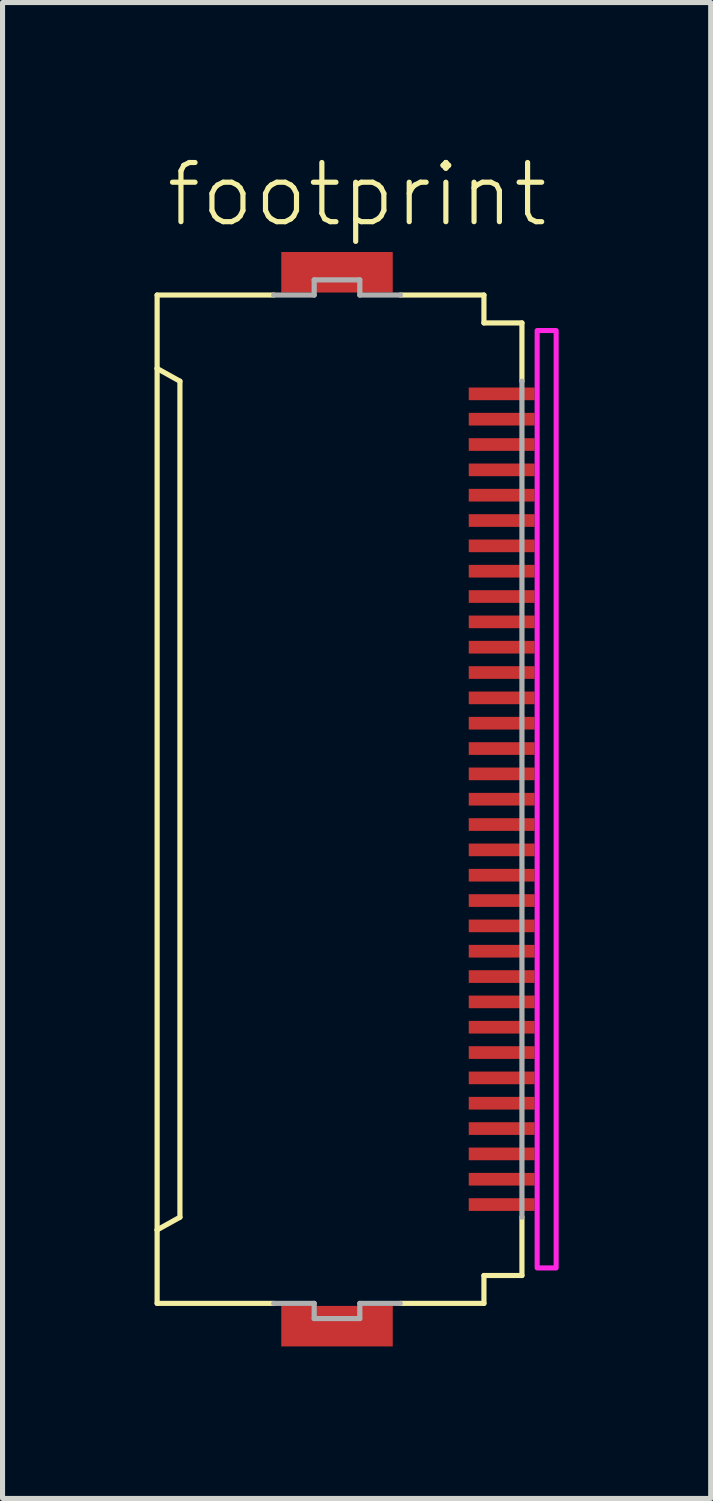
<source format=kicad_pcb>
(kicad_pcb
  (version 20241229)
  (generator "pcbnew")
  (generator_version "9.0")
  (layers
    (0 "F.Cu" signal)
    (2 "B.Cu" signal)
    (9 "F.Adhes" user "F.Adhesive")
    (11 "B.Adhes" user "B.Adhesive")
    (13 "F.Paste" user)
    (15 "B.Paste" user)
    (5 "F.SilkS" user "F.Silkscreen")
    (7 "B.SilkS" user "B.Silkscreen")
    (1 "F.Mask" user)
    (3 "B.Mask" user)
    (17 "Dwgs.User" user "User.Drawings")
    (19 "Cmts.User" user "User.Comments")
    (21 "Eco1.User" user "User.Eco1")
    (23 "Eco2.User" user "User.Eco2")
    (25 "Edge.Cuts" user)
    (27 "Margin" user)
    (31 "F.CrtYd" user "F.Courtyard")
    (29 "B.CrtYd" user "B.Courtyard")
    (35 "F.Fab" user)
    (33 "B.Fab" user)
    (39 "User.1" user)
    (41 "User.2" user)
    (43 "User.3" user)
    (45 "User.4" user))
  (footprint "footprint"
    (layer "F.Cu")
    (at 3.676 12.723)
    (property "Reference" "footprint" (at -3.5 -11.25 0) (layer "F.SilkS") (effects (font (size 1.168 1.168) (thickness 0.102)) (justify left bottom)))
    (fp_poly (pts (xy 2.475 -7.825) (xy 3.875 -7.825) (xy 3.875 -8.175) (xy 2.475 -8.175)) (stroke (width 0) (type solid)) (fill yes) (layer "F.Mask"))
    (fp_poly (pts (xy 2.475 -7.325) (xy 3.875 -7.325) (xy 3.875 -7.675) (xy 2.475 -7.675)) (stroke (width 0) (type solid)) (fill yes) (layer "F.Mask"))
    (fp_poly (pts (xy 2.475 -6.825) (xy 3.875 -6.825) (xy 3.875 -7.175) (xy 2.475 -7.175)) (stroke (width 0) (type solid)) (fill yes) (layer "F.Mask"))
    (fp_poly (pts (xy 2.475 -6.325) (xy 3.875 -6.325) (xy 3.875 -6.675) (xy 2.475 -6.675)) (stroke (width 0) (type solid)) (fill yes) (layer "F.Mask"))
    (fp_poly (pts (xy 2.475 -5.825) (xy 3.875 -5.825) (xy 3.875 -6.175) (xy 2.475 -6.175)) (stroke (width 0) (type solid)) (fill yes) (layer "F.Mask"))
    (fp_poly (pts (xy 2.475 -5.325) (xy 3.875 -5.325) (xy 3.875 -5.675) (xy 2.475 -5.675)) (stroke (width 0) (type solid)) (fill yes) (layer "F.Mask"))
    (fp_poly (pts (xy 2.475 -4.825) (xy 3.875 -4.825) (xy 3.875 -5.175) (xy 2.475 -5.175)) (stroke (width 0) (type solid)) (fill yes) (layer "F.Mask"))
    (fp_poly (pts (xy 2.475 -4.325) (xy 3.875 -4.325) (xy 3.875 -4.675) (xy 2.475 -4.675)) (stroke (width 0) (type solid)) (fill yes) (layer "F.Mask"))
    (fp_poly (pts (xy 2.475 -3.825) (xy 3.875 -3.825) (xy 3.875 -4.175) (xy 2.475 -4.175)) (stroke (width 0) (type solid)) (fill yes) (layer "F.Mask"))
    (fp_poly (pts (xy 2.475 -3.325) (xy 3.875 -3.325) (xy 3.875 -3.675) (xy 2.475 -3.675)) (stroke (width 0) (type solid)) (fill yes) (layer "F.Mask"))
    (fp_poly (pts (xy 2.475 -2.825) (xy 3.875 -2.825) (xy 3.875 -3.175) (xy 2.475 -3.175)) (stroke (width 0) (type solid)) (fill yes) (layer "F.Mask"))
    (fp_poly (pts (xy 2.475 -2.325) (xy 3.875 -2.325) (xy 3.875 -2.675) (xy 2.475 -2.675)) (stroke (width 0) (type solid)) (fill yes) (layer "F.Mask"))
    (fp_poly (pts (xy 2.475 -1.825) (xy 3.875 -1.825) (xy 3.875 -2.175) (xy 2.475 -2.175)) (stroke (width 0) (type solid)) (fill yes) (layer "F.Mask"))
    (fp_poly (pts (xy 2.475 -1.325) (xy 3.875 -1.325) (xy 3.875 -1.675) (xy 2.475 -1.675)) (stroke (width 0) (type solid)) (fill yes) (layer "F.Mask"))
    (fp_poly (pts (xy 2.475 -0.825) (xy 3.875 -0.825) (xy 3.875 -1.175) (xy 2.475 -1.175)) (stroke (width 0) (type solid)) (fill yes) (layer "F.Mask"))
    (fp_poly (pts (xy 2.475 -0.325) (xy 3.875 -0.325) (xy 3.875 -0.675) (xy 2.475 -0.675)) (stroke (width 0) (type solid)) (fill yes) (layer "F.Mask"))
    (fp_poly (pts (xy 2.475 0.175) (xy 3.875 0.175) (xy 3.875 -0.175) (xy 2.475 -0.175)) (stroke (width 0) (type solid)) (fill yes) (layer "F.Mask"))
    (fp_poly (pts (xy 2.475 0.675) (xy 3.875 0.675) (xy 3.875 0.325) (xy 2.475 0.325)) (stroke (width 0) (type solid)) (fill yes) (layer "F.Mask"))
    (fp_poly (pts (xy 2.475 1.175) (xy 3.875 1.175) (xy 3.875 0.825) (xy 2.475 0.825)) (stroke (width 0) (type solid)) (fill yes) (layer "F.Mask"))
    (fp_poly (pts (xy 2.475 1.675) (xy 3.875 1.675) (xy 3.875 1.325) (xy 2.475 1.325)) (stroke (width 0) (type solid)) (fill yes) (layer "F.Mask"))
    (fp_poly (pts (xy 2.475 2.175) (xy 3.875 2.175) (xy 3.875 1.825) (xy 2.475 1.825)) (stroke (width 0) (type solid)) (fill yes) (layer "F.Mask"))
    (fp_poly (pts (xy 2.475 2.675) (xy 3.875 2.675) (xy 3.875 2.325) (xy 2.475 2.325)) (stroke (width 0) (type solid)) (fill yes) (layer "F.Mask"))
    (fp_poly (pts (xy 2.475 3.175) (xy 3.875 3.175) (xy 3.875 2.825) (xy 2.475 2.825)) (stroke (width 0) (type solid)) (fill yes) (layer "F.Mask"))
    (fp_poly (pts (xy 2.475 3.675) (xy 3.875 3.675) (xy 3.875 3.325) (xy 2.475 3.325)) (stroke (width 0) (type solid)) (fill yes) (layer "F.Mask"))
    (fp_poly (pts (xy 2.475 4.175) (xy 3.875 4.175) (xy 3.875 3.825) (xy 2.475 3.825)) (stroke (width 0) (type solid)) (fill yes) (layer "F.Mask"))
    (fp_poly (pts (xy 2.475 4.675) (xy 3.875 4.675) (xy 3.875 4.325) (xy 2.475 4.325)) (stroke (width 0) (type solid)) (fill yes) (layer "F.Mask"))
    (fp_poly (pts (xy 2.475 5.175) (xy 3.875 5.175) (xy 3.875 4.825) (xy 2.475 4.825)) (stroke (width 0) (type solid)) (fill yes) (layer "F.Mask"))
    (fp_poly (pts (xy 2.475 5.675) (xy 3.875 5.675) (xy 3.875 5.325) (xy 2.475 5.325)) (stroke (width 0) (type solid)) (fill yes) (layer "F.Mask"))
    (fp_poly (pts (xy 2.475 6.175) (xy 3.875 6.175) (xy 3.875 5.825) (xy 2.475 5.825)) (stroke (width 0) (type solid)) (fill yes) (layer "F.Mask"))
    (fp_poly (pts (xy 2.475 6.675) (xy 3.875 6.675) (xy 3.875 6.325) (xy 2.475 6.325)) (stroke (width 0) (type solid)) (fill yes) (layer "F.Mask"))
    (fp_poly (pts (xy 2.475 7.175) (xy 3.875 7.175) (xy 3.875 6.825) (xy 2.475 6.825)) (stroke (width 0) (type solid)) (fill yes) (layer "F.Mask"))
    (fp_poly (pts (xy 2.475 7.675) (xy 3.875 7.675) (xy 3.875 7.325) (xy 2.475 7.325)) (stroke (width 0) (type solid)) (fill yes) (layer "F.Mask"))
    (fp_poly (pts (xy 2.475 8.175) (xy 3.875 8.175) (xy 3.875 7.825) (xy 2.475 7.825)) (stroke (width 0) (type solid)) (fill yes) (layer "F.Mask"))
    (fp_line (start -3.625 -9.95) (end -1.325 -9.95) (stroke (width 0.102) (type solid)) (layer "F.SilkS"))
    (fp_line (start -3.625 -8.5) (end -3.625 -9.95) (stroke (width 0.102) (type solid)) (layer "F.SilkS"))
    (fp_line (start -3.625 -8.5) (end -3.625 8.5) (stroke (width 0.102) (type solid)) (layer "F.SilkS"))
    (fp_line (start -3.625 8.5) (end -3.175 8.25) (stroke (width 0.102) (type solid)) (layer "F.SilkS"))
    (fp_line (start -3.625 9.95) (end -3.625 8.5) (stroke (width 0.102) (type solid)) (layer "F.SilkS"))
    (fp_line (start -3.175 -8.25) (end -3.625 -8.5) (stroke (width 0.102) (type solid)) (layer "F.SilkS"))
    (fp_line (start -3.175 8.25) (end -3.175 -8.25) (stroke (width 0.102) (type solid)) (layer "F.SilkS"))
    (fp_line (start -1.325 9.95) (end -3.625 9.95) (stroke (width 0.102) (type solid)) (layer "F.SilkS"))
    (fp_line (start 1.175 -9.95) (end 2.825 -9.95) (stroke (width 0.102) (type solid)) (layer "F.SilkS"))
    (fp_line (start 1.175 9.95) (end 2.825 9.95) (stroke (width 0.102) (type solid)) (layer "F.SilkS"))
    (fp_line (start 2.825 -9.95) (end 2.825 -9.4) (stroke (width 0.102) (type solid)) (layer "F.SilkS"))
    (fp_line (start 2.825 -9.4) (end 3.575 -9.4) (stroke (width 0.102) (type solid)) (layer "F.SilkS"))
    (fp_line (start 2.825 9.4) (end 2.825 9.95) (stroke (width 0.102) (type solid)) (layer "F.SilkS"))
    (fp_line (start 2.825 9.4) (end 3.575 9.4) (stroke (width 0.102) (type solid)) (layer "F.SilkS"))
    (fp_line (start 3.575 -9.4) (end 3.575 -8.25) (stroke (width 0.102) (type solid)) (layer "F.SilkS"))
    (fp_line (start 3.575 8.25) (end 3.575 9.4) (stroke (width 0.102) (type solid)) (layer "F.SilkS"))
    (fp_poly (pts (xy 3.875 9.25) (xy 4.25 9.25) (xy 4.25 -9.25) (xy 3.875 -9.25)) (stroke (width 0.1) (type solid)) (fill no) (layer "F.CrtYd"))
    (fp_line (start -1.325 -9.95) (end -0.525 -9.95) (stroke (width 0.102) (type solid)) (layer "F.Fab"))
    (fp_line (start -0.525 -10.25) (end 0.375 -10.25) (stroke (width 0.102) (type solid)) (layer "F.Fab"))
    (fp_line (start -0.525 -9.95) (end -0.525 -10.25) (stroke (width 0.102) (type solid)) (layer "F.Fab"))
    (fp_line (start -0.525 9.95) (end -1.325 9.95) (stroke (width 0.102) (type solid)) (layer "F.Fab"))
    (fp_line (start -0.525 10.25) (end -0.525 9.95) (stroke (width 0.102) (type solid)) (layer "F.Fab"))
    (fp_line (start 0.375 -10.25) (end 0.375 -9.95) (stroke (width 0.102) (type solid)) (layer "F.Fab"))
    (fp_line (start 0.375 -9.95) (end 1.175 -9.95) (stroke (width 0.102) (type solid)) (layer "F.Fab"))
    (fp_line (start 0.375 9.95) (end 0.375 10.25) (stroke (width 0.102) (type solid)) (layer "F.Fab"))
    (fp_line (start 0.375 10.25) (end -0.525 10.25) (stroke (width 0.102) (type solid)) (layer "F.Fab"))
    (fp_line (start 1.175 9.95) (end 0.375 9.95) (stroke (width 0.102) (type solid)) (layer "F.Fab"))
    (fp_line (start 3.575 -8.25) (end 3.575 8.25) (stroke (width 0.102) (type solid)) (layer "F.Fab"))
    (pad "1" smd rect (at 3.175 -8) (size 1.3 0.25) (layers "F.Cu" "F.Paste"))
    (pad "2" smd rect (at 3.175 -7.5) (size 1.3 0.25) (layers "F.Cu" "F.Paste"))
    (pad "3" smd rect (at 3.175 -7) (size 1.3 0.25) (layers "F.Cu" "F.Paste"))
    (pad "4" smd rect (at 3.175 -6.5) (size 1.3 0.25) (layers "F.Cu" "F.Paste"))
    (pad "5" smd rect (at 3.175 -6) (size 1.3 0.25) (layers "F.Cu" "F.Paste"))
    (pad "6" smd rect (at 3.175 -5.5) (size 1.3 0.25) (layers "F.Cu" "F.Paste"))
    (pad "7" smd rect (at 3.175 -5) (size 1.3 0.25) (layers "F.Cu" "F.Paste"))
    (pad "8" smd rect (at 3.175 -4.5) (size 1.3 0.25) (layers "F.Cu" "F.Paste"))
    (pad "9" smd rect (at 3.175 -4) (size 1.3 0.25) (layers "F.Cu" "F.Paste"))
    (pad "10" smd rect (at 3.175 -3.5) (size 1.3 0.25) (layers "F.Cu" "F.Paste"))
    (pad "11" smd rect (at 3.175 -3) (size 1.3 0.25) (layers "F.Cu" "F.Paste"))
    (pad "12" smd rect (at 3.175 -2.5) (size 1.3 0.25) (layers "F.Cu" "F.Paste"))
    (pad "13" smd rect (at 3.175 -2) (size 1.3 0.25) (layers "F.Cu" "F.Paste"))
    (pad "14" smd rect (at 3.175 -1.5) (size 1.3 0.25) (layers "F.Cu" "F.Paste"))
    (pad "15" smd rect (at 3.175 -1) (size 1.3 0.25) (layers "F.Cu" "F.Paste"))
    (pad "16" smd rect (at 3.175 -0.5) (size 1.3 0.25) (layers "F.Cu" "F.Paste"))
    (pad "17" smd rect (at 3.175 0) (size 1.3 0.25) (layers "F.Cu" "F.Paste"))
    (pad "18" smd rect (at 3.175 0.5) (size 1.3 0.25) (layers "F.Cu" "F.Paste"))
    (pad "19" smd rect (at 3.175 1) (size 1.3 0.25) (layers "F.Cu" "F.Paste"))
    (pad "20" smd rect (at 3.175 1.5) (size 1.3 0.25) (layers "F.Cu" "F.Paste"))
    (pad "21" smd rect (at 3.175 2) (size 1.3 0.25) (layers "F.Cu" "F.Paste"))
    (pad "22" smd rect (at 3.175 2.5) (size 1.3 0.25) (layers "F.Cu" "F.Paste"))
    (pad "23" smd rect (at 3.175 3) (size 1.3 0.25) (layers "F.Cu" "F.Paste"))
    (pad "24" smd rect (at 3.175 3.5) (size 1.3 0.25) (layers "F.Cu" "F.Paste"))
    (pad "25" smd rect (at 3.175 4) (size 1.3 0.25) (layers "F.Cu" "F.Paste"))
    (pad "26" smd rect (at 3.175 4.5) (size 1.3 0.25) (layers "F.Cu" "F.Paste"))
    (pad "27" smd rect (at 3.175 5) (size 1.3 0.25) (layers "F.Cu" "F.Paste"))
    (pad "28" smd rect (at 3.175 5.5) (size 1.3 0.25) (layers "F.Cu" "F.Paste"))
    (pad "29" smd rect (at 3.175 6) (size 1.3 0.25) (layers "F.Cu" "F.Paste"))
    (pad "30" smd rect (at 3.175 6.5) (size 1.3 0.25) (layers "F.Cu" "F.Paste"))
    (pad "31" smd rect (at 3.175 7) (size 1.3 0.25) (layers "F.Cu" "F.Paste"))
    (pad "32" smd rect (at 3.175 7.5) (size 1.3 0.25) (layers "F.Cu" "F.Paste"))
    (pad "33" smd rect (at 3.175 8) (size 1.3 0.25) (layers "F.Cu" "F.Paste"))
    (pad "M1" smd rect (at -0.075 -10.4) (size 2.2 0.8) (layers "F.Cu" "F.Mask" "F.Paste"))
    (pad "M2" smd rect (at -0.075 10.4) (size 2.2 0.8) (layers "F.Cu" "F.Mask" "F.Paste"))
    (zone (net_name "") (layers "F.Cu" "B.Cu") (hatch edge 0.508) (connect_pads) (min_thickness 0.254) (filled_areas_thickness no) (keepout (tracks allowed) (vias not_allowed) (pads allowed) (copperpour allowed) (footprints allowed)) (placement (enabled no)) (fill) (polygon (pts (xy 3.901 20.973) (xy 6.151 20.973) (xy 6.151 4.473) (xy 3.901 4.473)))))
  (gr_rect
    (start -3 -3)
    (end 10.976 26.523)
    (stroke (width 0.1) (type default))
    (fill no)
    (layer "Edge.Cuts")))
</source>
